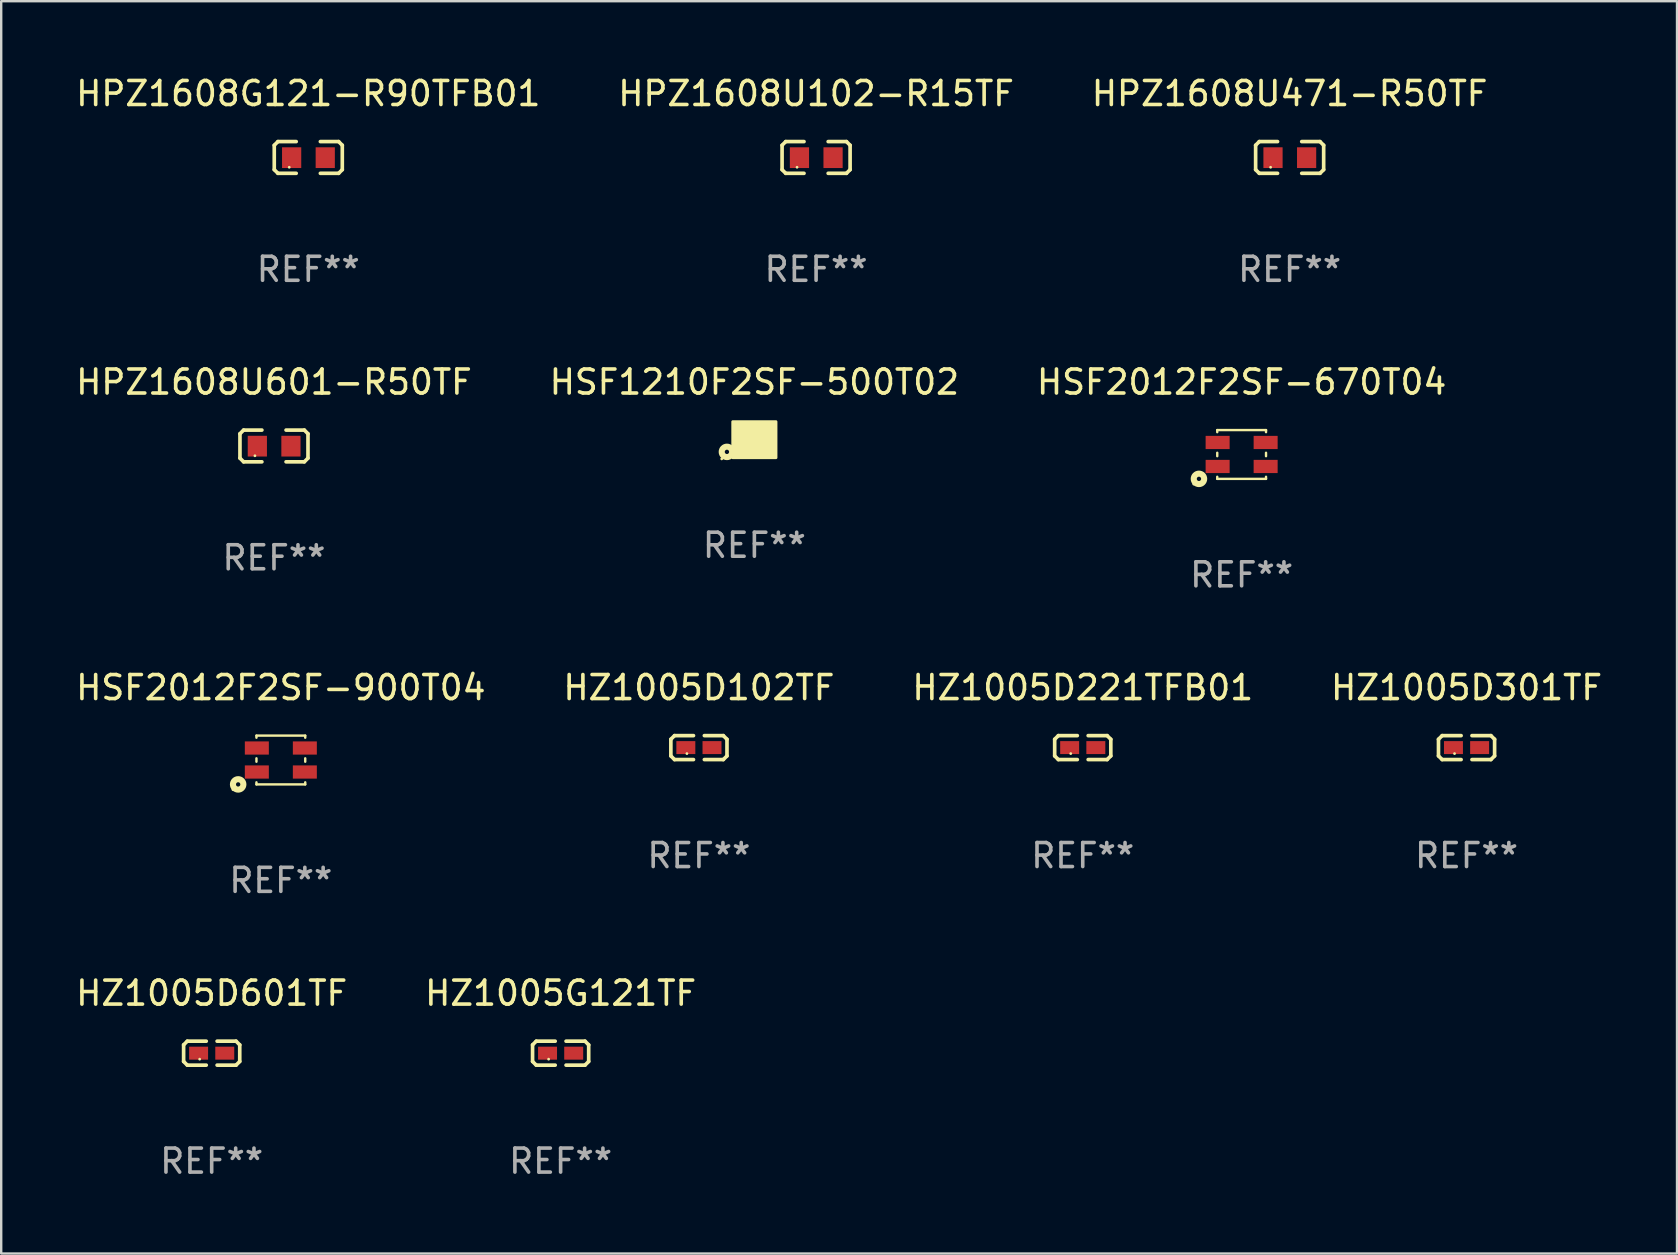
<source format=kicad_pcb>
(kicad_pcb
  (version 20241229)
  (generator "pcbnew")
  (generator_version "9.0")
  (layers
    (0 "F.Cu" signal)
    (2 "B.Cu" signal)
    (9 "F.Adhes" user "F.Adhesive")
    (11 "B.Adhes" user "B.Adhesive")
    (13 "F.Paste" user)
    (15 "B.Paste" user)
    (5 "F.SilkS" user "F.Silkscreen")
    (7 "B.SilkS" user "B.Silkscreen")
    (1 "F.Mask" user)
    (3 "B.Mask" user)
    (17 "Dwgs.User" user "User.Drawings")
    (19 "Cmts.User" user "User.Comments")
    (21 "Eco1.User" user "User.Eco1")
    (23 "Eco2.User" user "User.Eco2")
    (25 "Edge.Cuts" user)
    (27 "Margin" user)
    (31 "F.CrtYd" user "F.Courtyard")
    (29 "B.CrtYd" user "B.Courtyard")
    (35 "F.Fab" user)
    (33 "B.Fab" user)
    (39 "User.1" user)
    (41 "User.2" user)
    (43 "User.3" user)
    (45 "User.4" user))
  (footprint "HPZ1608U471-R50TF"
    (layer "F.Cu")
    (at 50.673 3.509)
    (property "Reference" "HPZ1608U471-R50TF" (at 0 -2.661 0) (layer "F.SilkS") (effects (font (size 1 1) (thickness 0.15))))
    (attr through_hole)
    (fp_line (start -1.417 -0.508) (end -1.265 -0.661) (stroke (width 0.152) (type solid)) (layer "F.SilkS"))
    (fp_line (start -1.417 0.508) (end -1.417 -0.508) (stroke (width 0.152) (type solid)) (layer "F.SilkS"))
    (fp_line (start -1.265 -0.661) (end -0.503 -0.661) (stroke (width 0.152) (type solid)) (layer "F.SilkS"))
    (fp_line (start -1.265 0.661) (end -1.417 0.508) (stroke (width 0.152) (type solid)) (layer "F.SilkS"))
    (fp_line (start -1.265 0.661) (end -0.503 0.661) (stroke (width 0.152) (type solid)) (layer "F.SilkS"))
    (fp_line (start 1.265 -0.661) (end 0.503 -0.661) (stroke (width 0.152) (type solid)) (layer "F.SilkS"))
    (fp_line (start 1.265 -0.661) (end 1.417 -0.508) (stroke (width 0.152) (type solid)) (layer "F.SilkS"))
    (fp_line (start 1.265 0.661) (end 0.503 0.661) (stroke (width 0.152) (type solid)) (layer "F.SilkS"))
    (fp_line (start 1.417 -0.508) (end 1.417 0.508) (stroke (width 0.152) (type solid)) (layer "F.SilkS"))
    (fp_line (start 1.417 0.508) (end 1.265 0.661) (stroke (width 0.152) (type solid)) (layer "F.SilkS"))
    (fp_circle (center -0.793 0.409) (end -0.763 0.409) (stroke (width 0.06) (type solid)) (fill no) (layer "F.SilkS"))
    (fp_text user "REF**" (at 0 4.661 0) (layer "F.Fab") (effects (font (size 1 1) (thickness 0.15))))
    (pad "1" smd rect (at -0.693 0.009 180) (size 0.8 0.864) (layers "F.Cu" "F.Mask" "F.Paste"))
    (pad "2" smd rect (at 0.707 0.009 180) (size 0.8 0.864) (layers "F.Cu" "F.Mask" "F.Paste")))
  (footprint "HPZ1608G121-R90TFB01"
    (layer "F.Cu")
    (at 9.792 3.509)
    (property "Reference" "HPZ1608G121-R90TFB01" (at 0 -2.661 0) (layer "F.SilkS") (effects (font (size 1 1) (thickness 0.15))))
    (attr through_hole)
    (fp_line (start -1.417 -0.508) (end -1.265 -0.661) (stroke (width 0.152) (type solid)) (layer "F.SilkS"))
    (fp_line (start -1.417 0.508) (end -1.417 -0.508) (stroke (width 0.152) (type solid)) (layer "F.SilkS"))
    (fp_line (start -1.265 -0.661) (end -0.503 -0.661) (stroke (width 0.152) (type solid)) (layer "F.SilkS"))
    (fp_line (start -1.265 0.661) (end -1.417 0.508) (stroke (width 0.152) (type solid)) (layer "F.SilkS"))
    (fp_line (start -1.265 0.661) (end -0.503 0.661) (stroke (width 0.152) (type solid)) (layer "F.SilkS"))
    (fp_line (start 1.265 -0.661) (end 0.503 -0.661) (stroke (width 0.152) (type solid)) (layer "F.SilkS"))
    (fp_line (start 1.265 -0.661) (end 1.417 -0.508) (stroke (width 0.152) (type solid)) (layer "F.SilkS"))
    (fp_line (start 1.265 0.661) (end 0.503 0.661) (stroke (width 0.152) (type solid)) (layer "F.SilkS"))
    (fp_line (start 1.417 -0.508) (end 1.417 0.508) (stroke (width 0.152) (type solid)) (layer "F.SilkS"))
    (fp_line (start 1.417 0.508) (end 1.265 0.661) (stroke (width 0.152) (type solid)) (layer "F.SilkS"))
    (fp_circle (center -0.793 0.409) (end -0.763 0.409) (stroke (width 0.06) (type solid)) (fill no) (layer "F.SilkS"))
    (fp_text user "REF**" (at 0 4.661 0) (layer "F.Fab") (effects (font (size 1 1) (thickness 0.15))))
    (pad "1" smd rect (at -0.693 0.009 180) (size 0.8 0.864) (layers "F.Cu" "F.Mask" "F.Paste"))
    (pad "2" smd rect (at 0.707 0.009 180) (size 0.8 0.864) (layers "F.Cu" "F.Mask" "F.Paste")))
  (footprint "HSF1210F2SF-500T02"
    (layer "F.Cu")
    (at 28.375 15.266)
    (property "Reference" "HSF1210F2SF-500T02" (at 0 -2.4 0) (layer "F.SilkS") (effects (font (size 1 1) (thickness 0.15))))
    (attr through_hole)
    (fp_circle (center -1.36 0.8) (end -1.33 0.8) (stroke (width 0.06) (type solid)) (fill no) (layer "F.SilkS"))
    (fp_circle (center -1.143 0.508) (end -1.053 0.508) (stroke (width 0.254) (type solid)) (fill no) (layer "F.SilkS"))
    (fp_poly (pts (xy -0.9 -0.75) (xy 0.9 -0.75) (xy 0.9 0.75) (xy -0.9 0.75)) (stroke (width 0.12) (type solid)) (fill yes) (layer "F.SilkS"))
    (fp_text user "REF**" (at 0 4.4 0) (layer "F.Fab") (effects (font (size 1 1) (thickness 0.15))))
    (pad "1" smd rect (at -0.5 0.4) (size 0.6 0.5) (layers "F.Cu" "F.Mask" "F.Paste"))
    (pad "2" smd rect (at 0.5 0.4) (size 0.6 0.5) (layers "F.Cu" "F.Mask" "F.Paste"))
    (pad "3" smd rect (at 0.5 -0.4) (size 0.6 0.5) (layers "F.Cu" "F.Mask" "F.Paste"))
    (pad "4" smd rect (at -0.5 -0.4) (size 0.6 0.5) (layers "F.Cu" "F.Mask" "F.Paste")))
  (footprint "HPZ1608U102-R15TF"
    (layer "F.Cu")
    (at 30.946 3.509)
    (property "Reference" "HPZ1608U102-R15TF" (at 0 -2.661 0) (layer "F.SilkS") (effects (font (size 1 1) (thickness 0.15))))
    (attr through_hole)
    (fp_line (start -1.417 -0.508) (end -1.265 -0.661) (stroke (width 0.152) (type solid)) (layer "F.SilkS"))
    (fp_line (start -1.417 0.508) (end -1.417 -0.508) (stroke (width 0.152) (type solid)) (layer "F.SilkS"))
    (fp_line (start -1.265 -0.661) (end -0.503 -0.661) (stroke (width 0.152) (type solid)) (layer "F.SilkS"))
    (fp_line (start -1.265 0.661) (end -1.417 0.508) (stroke (width 0.152) (type solid)) (layer "F.SilkS"))
    (fp_line (start -1.265 0.661) (end -0.503 0.661) (stroke (width 0.152) (type solid)) (layer "F.SilkS"))
    (fp_line (start 1.265 -0.661) (end 0.503 -0.661) (stroke (width 0.152) (type solid)) (layer "F.SilkS"))
    (fp_line (start 1.265 -0.661) (end 1.417 -0.508) (stroke (width 0.152) (type solid)) (layer "F.SilkS"))
    (fp_line (start 1.265 0.661) (end 0.503 0.661) (stroke (width 0.152) (type solid)) (layer "F.SilkS"))
    (fp_line (start 1.417 -0.508) (end 1.417 0.508) (stroke (width 0.152) (type solid)) (layer "F.SilkS"))
    (fp_line (start 1.417 0.508) (end 1.265 0.661) (stroke (width 0.152) (type solid)) (layer "F.SilkS"))
    (fp_circle (center -0.793 0.409) (end -0.763 0.409) (stroke (width 0.06) (type solid)) (fill no) (layer "F.SilkS"))
    (fp_text user "REF**" (at 0 4.661 0) (layer "F.Fab") (effects (font (size 1 1) (thickness 0.15))))
    (pad "1" smd rect (at -0.693 0.009 180) (size 0.8 0.864) (layers "F.Cu" "F.Mask" "F.Paste"))
    (pad "2" smd rect (at 0.707 0.009 180) (size 0.8 0.864) (layers "F.Cu" "F.Mask" "F.Paste")))
  (footprint "HZ1005D601TF"
    (layer "F.Cu")
    (at 5.768 40.822)
    (property "Reference" "HZ1005D601TF" (at 0 -2.499 0) (layer "F.SilkS") (effects (font (size 1 1) (thickness 0.15))))
    (attr through_hole)
    (fp_line (start -1.169 -0.346) (end -1.016 -0.499) (stroke (width 0.152) (type solid)) (layer "F.SilkS"))
    (fp_line (start -1.169 0.346) (end -1.169 -0.346) (stroke (width 0.152) (type solid)) (layer "F.SilkS"))
    (fp_line (start -1.016 -0.499) (end -0.226 -0.499) (stroke (width 0.152) (type solid)) (layer "F.SilkS"))
    (fp_line (start -1.016 0.499) (end -1.169 0.346) (stroke (width 0.152) (type solid)) (layer "F.SilkS"))
    (fp_line (start -0.226 0.499) (end -1.016 0.499) (stroke (width 0.152) (type solid)) (layer "F.SilkS"))
    (fp_line (start 0.226 0.499) (end 1.016 0.499) (stroke (width 0.152) (type solid)) (layer "F.SilkS"))
    (fp_line (start 1.016 -0.499) (end 0.226 -0.499) (stroke (width 0.152) (type solid)) (layer "F.SilkS"))
    (fp_line (start 1.016 0.499) (end 1.169 0.346) (stroke (width 0.152) (type solid)) (layer "F.SilkS"))
    (fp_line (start 1.169 -0.346) (end 1.016 -0.499) (stroke (width 0.152) (type solid)) (layer "F.SilkS"))
    (fp_line (start 1.169 0.346) (end 1.169 -0.346) (stroke (width 0.152) (type solid)) (layer "F.SilkS"))
    (fp_circle (center -0.5 0.25) (end -0.47 0.25) (stroke (width 0.06) (type solid)) (fill no) (layer "F.SilkS"))
    (fp_text user "REF**" (at 0 4.499 0) (layer "F.Fab") (effects (font (size 1 1) (thickness 0.15))))
    (pad "1" smd rect (at -0.545 0) (size 0.79 0.54) (layers "F.Cu" "F.Mask" "F.Paste"))
    (pad "2" smd rect (at 0.545 0) (size 0.79 0.54) (layers "F.Cu" "F.Mask" "F.Paste")))
  (footprint "HZ1005G121TF"
    (layer "F.Cu")
    (at 20.304 40.822)
    (property "Reference" "HZ1005G121TF" (at 0 -2.499 0) (layer "F.SilkS") (effects (font (size 1 1) (thickness 0.15))))
    (attr through_hole)
    (fp_line (start -1.169 -0.346) (end -1.016 -0.499) (stroke (width 0.152) (type solid)) (layer "F.SilkS"))
    (fp_line (start -1.169 0.346) (end -1.169 -0.346) (stroke (width 0.152) (type solid)) (layer "F.SilkS"))
    (fp_line (start -1.016 -0.499) (end -0.226 -0.499) (stroke (width 0.152) (type solid)) (layer "F.SilkS"))
    (fp_line (start -1.016 0.499) (end -1.169 0.346) (stroke (width 0.152) (type solid)) (layer "F.SilkS"))
    (fp_line (start -0.226 0.499) (end -1.016 0.499) (stroke (width 0.152) (type solid)) (layer "F.SilkS"))
    (fp_line (start 0.226 0.499) (end 1.016 0.499) (stroke (width 0.152) (type solid)) (layer "F.SilkS"))
    (fp_line (start 1.016 -0.499) (end 0.226 -0.499) (stroke (width 0.152) (type solid)) (layer "F.SilkS"))
    (fp_line (start 1.016 0.499) (end 1.169 0.346) (stroke (width 0.152) (type solid)) (layer "F.SilkS"))
    (fp_line (start 1.169 -0.346) (end 1.016 -0.499) (stroke (width 0.152) (type solid)) (layer "F.SilkS"))
    (fp_line (start 1.169 0.346) (end 1.169 -0.346) (stroke (width 0.152) (type solid)) (layer "F.SilkS"))
    (fp_circle (center -0.5 0.25) (end -0.47 0.25) (stroke (width 0.06) (type solid)) (fill no) (layer "F.SilkS"))
    (fp_text user "REF**" (at 0 4.499 0) (layer "F.Fab") (effects (font (size 1 1) (thickness 0.15))))
    (pad "1" smd rect (at -0.545 0) (size 0.79 0.54) (layers "F.Cu" "F.Mask" "F.Paste"))
    (pad "2" smd rect (at 0.545 0) (size 0.79 0.54) (layers "F.Cu" "F.Mask" "F.Paste")))
  (footprint "HZ1005D102TF"
    (layer "F.Cu")
    (at 26.065 28.093)
    (property "Reference" "HZ1005D102TF" (at 0 -2.499 0) (layer "F.SilkS") (effects (font (size 1 1) (thickness 0.15))))
    (attr through_hole)
    (fp_line (start -1.169 -0.346) (end -1.016 -0.499) (stroke (width 0.152) (type solid)) (layer "F.SilkS"))
    (fp_line (start -1.169 0.346) (end -1.169 -0.346) (stroke (width 0.152) (type solid)) (layer "F.SilkS"))
    (fp_line (start -1.016 -0.499) (end -0.226 -0.499) (stroke (width 0.152) (type solid)) (layer "F.SilkS"))
    (fp_line (start -1.016 0.499) (end -1.169 0.346) (stroke (width 0.152) (type solid)) (layer "F.SilkS"))
    (fp_line (start -0.226 0.499) (end -1.016 0.499) (stroke (width 0.152) (type solid)) (layer "F.SilkS"))
    (fp_line (start 0.226 0.499) (end 1.016 0.499) (stroke (width 0.152) (type solid)) (layer "F.SilkS"))
    (fp_line (start 1.016 -0.499) (end 0.226 -0.499) (stroke (width 0.152) (type solid)) (layer "F.SilkS"))
    (fp_line (start 1.016 0.499) (end 1.169 0.346) (stroke (width 0.152) (type solid)) (layer "F.SilkS"))
    (fp_line (start 1.169 -0.346) (end 1.016 -0.499) (stroke (width 0.152) (type solid)) (layer "F.SilkS"))
    (fp_line (start 1.169 0.346) (end 1.169 -0.346) (stroke (width 0.152) (type solid)) (layer "F.SilkS"))
    (fp_circle (center -0.5 0.25) (end -0.47 0.25) (stroke (width 0.06) (type solid)) (fill no) (layer "F.SilkS"))
    (fp_text user "REF**" (at 0 4.499 0) (layer "F.Fab") (effects (font (size 1 1) (thickness 0.15))))
    (pad "1" smd rect (at -0.545 0) (size 0.79 0.54) (layers "F.Cu" "F.Mask" "F.Paste"))
    (pad "2" smd rect (at 0.545 0) (size 0.79 0.54) (layers "F.Cu" "F.Mask" "F.Paste")))
  (footprint "HSF2012F2SF-900T04"
    (layer "F.Cu")
    (at 8.649 28.61)
    (property "Reference" "HSF2012F2SF-900T04" (at 0 -3.016 0) (layer "F.SilkS") (effects (font (size 1 1) (thickness 0.15))))
    (attr through_hole)
    (fp_line (start -1.016 -1.016) (end -1.016 -0.929) (stroke (width 0.1) (type solid)) (layer "F.SilkS"))
    (fp_line (start -1.016 -0.071) (end -1.016 0.071) (stroke (width 0.1) (type solid)) (layer "F.SilkS"))
    (fp_line (start -1.016 0.929) (end -1.016 1.016) (stroke (width 0.1) (type solid)) (layer "F.SilkS"))
    (fp_line (start -1.016 1.016) (end 1.016 1.016) (stroke (width 0.1) (type solid)) (layer "F.SilkS"))
    (fp_line (start 1.016 -1.016) (end -1.016 -1.016) (stroke (width 0.1) (type solid)) (layer "F.SilkS"))
    (fp_line (start 1.016 -0.929) (end 1.016 -1.016) (stroke (width 0.1) (type solid)) (layer "F.SilkS"))
    (fp_line (start 1.016 0.071) (end 1.016 -0.071) (stroke (width 0.1) (type solid)) (layer "F.SilkS"))
    (fp_line (start 1.016 1.016) (end 1.016 0.929) (stroke (width 0.1) (type solid)) (layer "F.SilkS"))
    (fp_circle (center -1.995 1.233) (end -1.965 1.233) (stroke (width 0.06) (type solid)) (fill no) (layer "F.SilkS"))
    (fp_circle (center -1.778 1.016) (end -1.688 1.016) (stroke (width 0.254) (type solid)) (fill no) (layer "F.SilkS"))
    (fp_text user "REF**" (at 0 5.016 0) (layer "F.Fab") (effects (font (size 1 1) (thickness 0.15))))
    (pad "1" smd rect (at -1 0.5) (size 1 0.55) (layers "F.Cu" "F.Mask" "F.Paste"))
    (pad "2" smd rect (at 1 0.5) (size 1 0.55) (layers "F.Cu" "F.Mask" "F.Paste"))
    (pad "3" smd rect (at 1 -0.5) (size 1 0.55) (layers "F.Cu" "F.Mask" "F.Paste"))
    (pad "4" smd rect (at -1 -0.5) (size 1 0.55) (layers "F.Cu" "F.Mask" "F.Paste")))
  (footprint "HSF2012F2SF-670T04"
    (layer "F.Cu")
    (at 48.673 15.882)
    (property "Reference" "HSF2012F2SF-670T04" (at 0 -3.016 0) (layer "F.SilkS") (effects (font (size 1 1) (thickness 0.15))))
    (attr through_hole)
    (fp_line (start -1.016 -1.016) (end -1.016 -0.929) (stroke (width 0.1) (type solid)) (layer "F.SilkS"))
    (fp_line (start -1.016 -0.071) (end -1.016 0.071) (stroke (width 0.1) (type solid)) (layer "F.SilkS"))
    (fp_line (start -1.016 0.929) (end -1.016 1.016) (stroke (width 0.1) (type solid)) (layer "F.SilkS"))
    (fp_line (start -1.016 1.016) (end 1.016 1.016) (stroke (width 0.1) (type solid)) (layer "F.SilkS"))
    (fp_line (start 1.016 -1.016) (end -1.016 -1.016) (stroke (width 0.1) (type solid)) (layer "F.SilkS"))
    (fp_line (start 1.016 -0.929) (end 1.016 -1.016) (stroke (width 0.1) (type solid)) (layer "F.SilkS"))
    (fp_line (start 1.016 0.071) (end 1.016 -0.071) (stroke (width 0.1) (type solid)) (layer "F.SilkS"))
    (fp_line (start 1.016 1.016) (end 1.016 0.929) (stroke (width 0.1) (type solid)) (layer "F.SilkS"))
    (fp_circle (center -1.995 1.233) (end -1.965 1.233) (stroke (width 0.06) (type solid)) (fill no) (layer "F.SilkS"))
    (fp_circle (center -1.778 1.016) (end -1.688 1.016) (stroke (width 0.254) (type solid)) (fill no) (layer "F.SilkS"))
    (fp_text user "REF**" (at 0 5.016 0) (layer "F.Fab") (effects (font (size 1 1) (thickness 0.15))))
    (pad "1" smd rect (at -1 0.5) (size 1 0.55) (layers "F.Cu" "F.Mask" "F.Paste"))
    (pad "2" smd rect (at 1 0.5) (size 1 0.55) (layers "F.Cu" "F.Mask" "F.Paste"))
    (pad "3" smd rect (at 1 -0.5) (size 1 0.55) (layers "F.Cu" "F.Mask" "F.Paste"))
    (pad "4" smd rect (at -1 -0.5) (size 1 0.55) (layers "F.Cu" "F.Mask" "F.Paste")))
  (footprint "HZ1005D301TF"
    (layer "F.Cu")
    (at 58.042 28.093)
    (property "Reference" "HZ1005D301TF" (at 0 -2.499 0) (layer "F.SilkS") (effects (font (size 1 1) (thickness 0.15))))
    (attr through_hole)
    (fp_line (start -1.169 -0.346) (end -1.016 -0.499) (stroke (width 0.152) (type solid)) (layer "F.SilkS"))
    (fp_line (start -1.169 0.346) (end -1.169 -0.346) (stroke (width 0.152) (type solid)) (layer "F.SilkS"))
    (fp_line (start -1.016 -0.499) (end -0.226 -0.499) (stroke (width 0.152) (type solid)) (layer "F.SilkS"))
    (fp_line (start -1.016 0.499) (end -1.169 0.346) (stroke (width 0.152) (type solid)) (layer "F.SilkS"))
    (fp_line (start -0.226 0.499) (end -1.016 0.499) (stroke (width 0.152) (type solid)) (layer "F.SilkS"))
    (fp_line (start 0.226 0.499) (end 1.016 0.499) (stroke (width 0.152) (type solid)) (layer "F.SilkS"))
    (fp_line (start 1.016 -0.499) (end 0.226 -0.499) (stroke (width 0.152) (type solid)) (layer "F.SilkS"))
    (fp_line (start 1.016 0.499) (end 1.169 0.346) (stroke (width 0.152) (type solid)) (layer "F.SilkS"))
    (fp_line (start 1.169 -0.346) (end 1.016 -0.499) (stroke (width 0.152) (type solid)) (layer "F.SilkS"))
    (fp_line (start 1.169 0.346) (end 1.169 -0.346) (stroke (width 0.152) (type solid)) (layer "F.SilkS"))
    (fp_circle (center -0.5 0.25) (end -0.47 0.25) (stroke (width 0.06) (type solid)) (fill no) (layer "F.SilkS"))
    (fp_text user "REF**" (at 0 4.499 0) (layer "F.Fab") (effects (font (size 1 1) (thickness 0.15))))
    (pad "1" smd rect (at -0.545 0) (size 0.79 0.54) (layers "F.Cu" "F.Mask" "F.Paste"))
    (pad "2" smd rect (at 0.545 0) (size 0.79 0.54) (layers "F.Cu" "F.Mask" "F.Paste")))
  (footprint "HZ1005D221TFB01"
    (layer "F.Cu")
    (at 42.054 28.093)
    (property "Reference" "HZ1005D221TFB01" (at 0 -2.499 0) (layer "F.SilkS") (effects (font (size 1 1) (thickness 0.15))))
    (attr through_hole)
    (fp_line (start -1.169 -0.346) (end -1.016 -0.499) (stroke (width 0.152) (type solid)) (layer "F.SilkS"))
    (fp_line (start -1.169 0.346) (end -1.169 -0.346) (stroke (width 0.152) (type solid)) (layer "F.SilkS"))
    (fp_line (start -1.016 -0.499) (end -0.226 -0.499) (stroke (width 0.152) (type solid)) (layer "F.SilkS"))
    (fp_line (start -1.016 0.499) (end -1.169 0.346) (stroke (width 0.152) (type solid)) (layer "F.SilkS"))
    (fp_line (start -0.226 0.499) (end -1.016 0.499) (stroke (width 0.152) (type solid)) (layer "F.SilkS"))
    (fp_line (start 0.226 0.499) (end 1.016 0.499) (stroke (width 0.152) (type solid)) (layer "F.SilkS"))
    (fp_line (start 1.016 -0.499) (end 0.226 -0.499) (stroke (width 0.152) (type solid)) (layer "F.SilkS"))
    (fp_line (start 1.016 0.499) (end 1.169 0.346) (stroke (width 0.152) (type solid)) (layer "F.SilkS"))
    (fp_line (start 1.169 -0.346) (end 1.016 -0.499) (stroke (width 0.152) (type solid)) (layer "F.SilkS"))
    (fp_line (start 1.169 0.346) (end 1.169 -0.346) (stroke (width 0.152) (type solid)) (layer "F.SilkS"))
    (fp_circle (center -0.5 0.25) (end -0.47 0.25) (stroke (width 0.06) (type solid)) (fill no) (layer "F.SilkS"))
    (fp_text user "REF**" (at 0 4.499 0) (layer "F.Fab") (effects (font (size 1 1) (thickness 0.15))))
    (pad "1" smd rect (at -0.545 0) (size 0.79 0.54) (layers "F.Cu" "F.Mask" "F.Paste"))
    (pad "2" smd rect (at 0.545 0) (size 0.79 0.54) (layers "F.Cu" "F.Mask" "F.Paste")))
  (footprint "HPZ1608U601-R50TF"
    (layer "F.Cu")
    (at 8.363 15.527)
    (property "Reference" "HPZ1608U601-R50TF" (at 0 -2.661 0) (layer "F.SilkS") (effects (font (size 1 1) (thickness 0.15))))
    (attr through_hole)
    (fp_line (start -1.417 -0.508) (end -1.265 -0.661) (stroke (width 0.152) (type solid)) (layer "F.SilkS"))
    (fp_line (start -1.417 0.508) (end -1.417 -0.508) (stroke (width 0.152) (type solid)) (layer "F.SilkS"))
    (fp_line (start -1.265 -0.661) (end -0.503 -0.661) (stroke (width 0.152) (type solid)) (layer "F.SilkS"))
    (fp_line (start -1.265 0.661) (end -1.417 0.508) (stroke (width 0.152) (type solid)) (layer "F.SilkS"))
    (fp_line (start -1.265 0.661) (end -0.503 0.661) (stroke (width 0.152) (type solid)) (layer "F.SilkS"))
    (fp_line (start 1.265 -0.661) (end 0.503 -0.661) (stroke (width 0.152) (type solid)) (layer "F.SilkS"))
    (fp_line (start 1.265 -0.661) (end 1.417 -0.508) (stroke (width 0.152) (type solid)) (layer "F.SilkS"))
    (fp_line (start 1.265 0.661) (end 0.503 0.661) (stroke (width 0.152) (type solid)) (layer "F.SilkS"))
    (fp_line (start 1.417 -0.508) (end 1.417 0.508) (stroke (width 0.152) (type solid)) (layer "F.SilkS"))
    (fp_line (start 1.417 0.508) (end 1.265 0.661) (stroke (width 0.152) (type solid)) (layer "F.SilkS"))
    (fp_circle (center -0.793 0.409) (end -0.763 0.409) (stroke (width 0.06) (type solid)) (fill no) (layer "F.SilkS"))
    (fp_text user "REF**" (at 0 4.661 0) (layer "F.Fab") (effects (font (size 1 1) (thickness 0.15))))
    (pad "1" smd rect (at -0.693 0.009 180) (size 0.8 0.864) (layers "F.Cu" "F.Mask" "F.Paste"))
    (pad "2" smd rect (at 0.707 0.009 180) (size 0.8 0.864) (layers "F.Cu" "F.Mask" "F.Paste")))
  (gr_rect
    (start -3 -3)
    (end 66.81 49.168)
    (stroke (width 0.1) (type default))
    (fill no)
    (layer "Edge.Cuts")))
</source>
